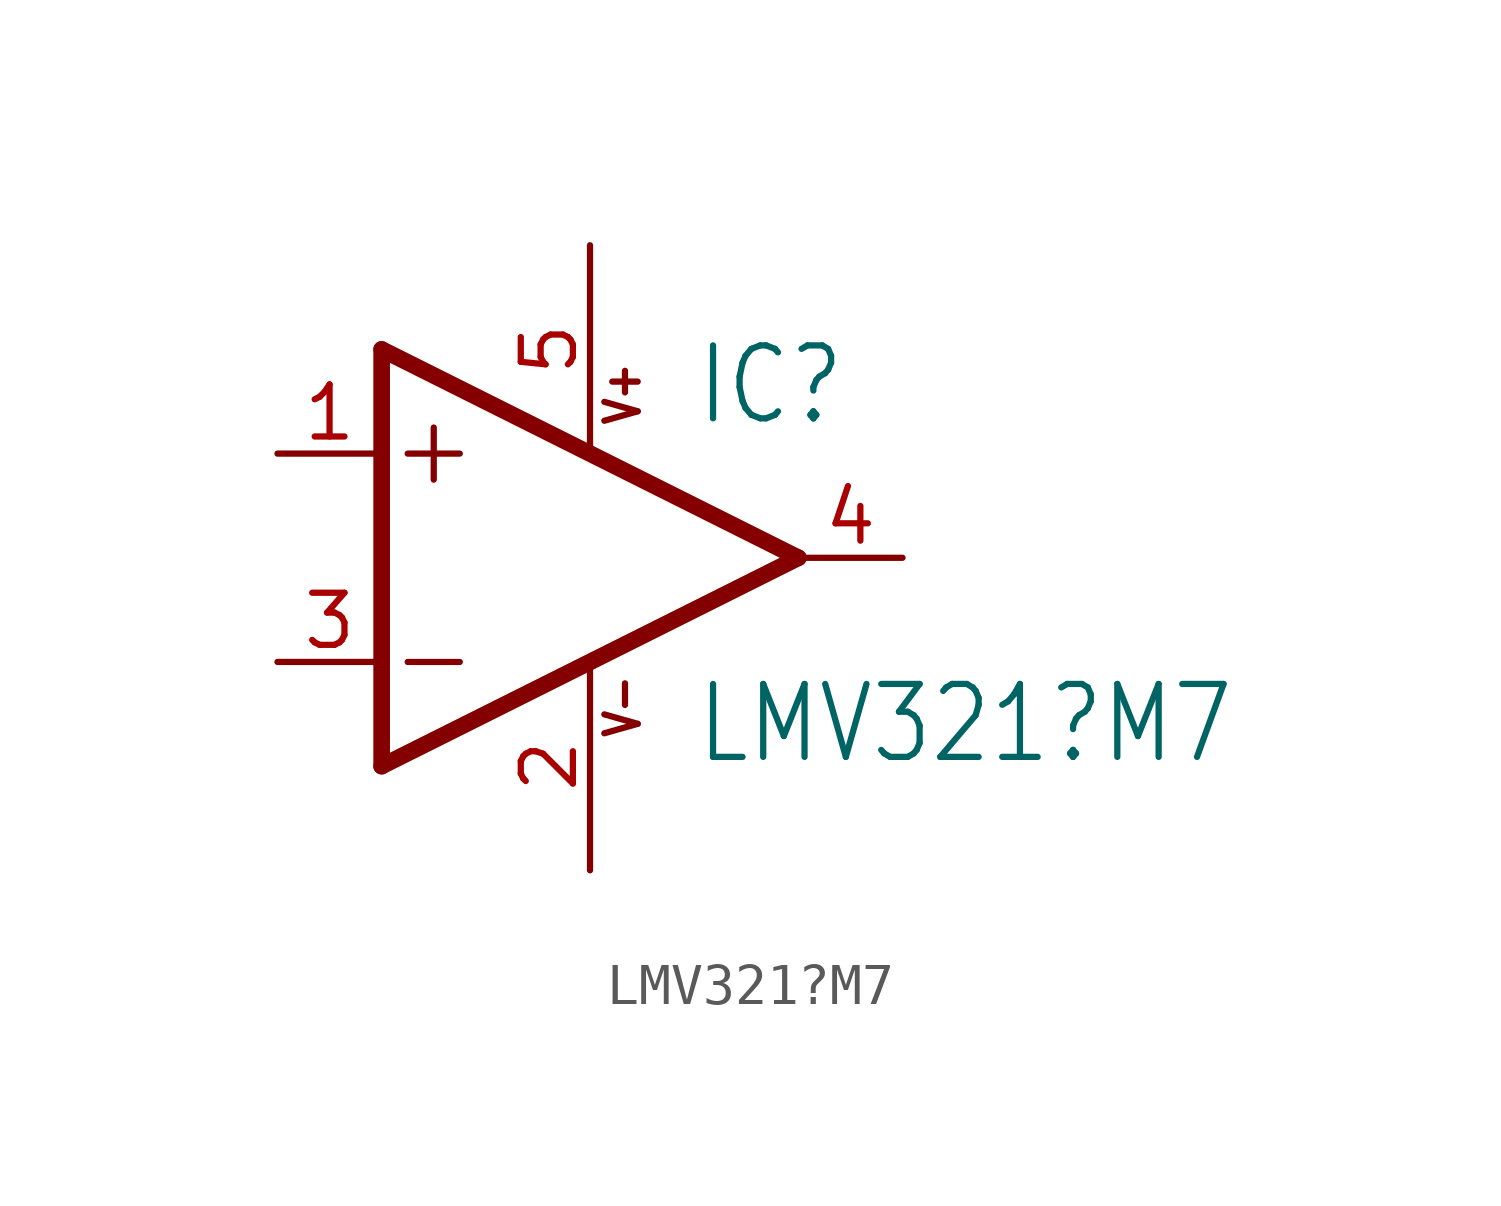
<source format=kicad_sym>
(kicad_symbol_lib
  (version 20211014)
  (generator kicad_symbol_editor)
  (symbol "LMV321?M7"
    (property "Reference" "IC"
      (at 2.54 3.175 0)
      (effects (font (size 1.778 1.511)) (justify left bottom)))
    (property "Value" "LMV321?M7"
      (at 2.54 -5.08 0)
      (effects (font (size 1.778 1.511)) (justify left bottom)))
    (property "ki_locked" ""
      (at 0 0 0)
      (effects (font (size 1.27 1.27))))
    (symbol "LMV321?M7_1_0"
      (polyline (pts (xy -5.08 -5.08) (xy 5.08 0)) (stroke (width 0.406) (type default) (color 0 0 0 0)) (fill (type none)))
      (polyline (pts (xy -5.08 5.08) (xy -5.08 -5.08)) (stroke (width 0.406) (type default) (color 0 0 0 0)) (fill (type none)))
      (polyline (pts (xy -4.445 -2.54) (xy -3.175 -2.54)) (stroke (width 0.152) (type default) (color 0 0 0 0)) (fill (type none)))
      (polyline (pts (xy -4.445 2.54) (xy -3.175 2.54)) (stroke (width 0.152) (type default) (color 0 0 0 0)) (fill (type none)))
      (polyline (pts (xy -3.81 3.175) (xy -3.81 1.905)) (stroke (width 0.152) (type default) (color 0 0 0 0)) (fill (type none)))
      (polyline (pts (xy 5.08 0) (xy -5.08 5.08)) (stroke (width 0.406) (type default) (color 0 0 0 0)) (fill (type none)))
      (text "V+" (at 1.27 3.175 900) (effects (font (size 0.813 0.691)) (justify left bottom)))
      (text "V-" (at 1.27 -4.445 900) (effects (font (size 0.813 0.691)) (justify left bottom)))
      (pin input line (at -7.62 2.54 0) (length 2.54) (name "+IN" (effects (font (size 0 0)))) (number "1" (effects (font (size 1.27 1.27)))))
      (pin power_in line (at 0 -7.62 90) (length 5.08) (name "V-" (effects (font (size 0 0)))) (number "2" (effects (font (size 1.27 1.27)))))
      (pin input line (at -7.62 -2.54 0) (length 2.54) (name "-IN" (effects (font (size 0 0)))) (number "3" (effects (font (size 1.27 1.27)))))
      (pin output line (at 7.62 0 180) (length 2.54) (name "OUT" (effects (font (size 0 0)))) (number "4" (effects (font (size 1.27 1.27)))))
      (pin power_in line (at 0 7.62 270) (length 5.08) (name "V+" (effects (font (size 0 0)))) (number "5" (effects (font (size 1.27 1.27))))))))
</source>
